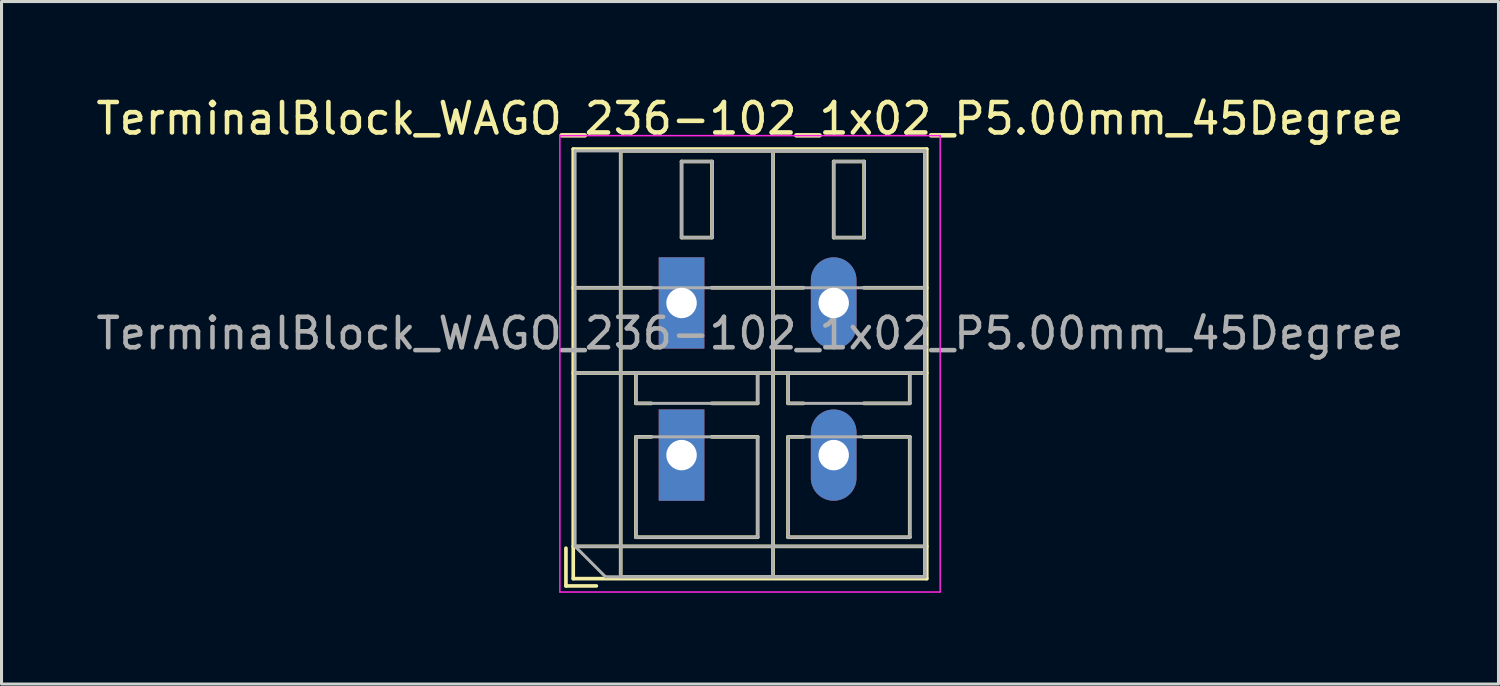
<source format=kicad_pcb>
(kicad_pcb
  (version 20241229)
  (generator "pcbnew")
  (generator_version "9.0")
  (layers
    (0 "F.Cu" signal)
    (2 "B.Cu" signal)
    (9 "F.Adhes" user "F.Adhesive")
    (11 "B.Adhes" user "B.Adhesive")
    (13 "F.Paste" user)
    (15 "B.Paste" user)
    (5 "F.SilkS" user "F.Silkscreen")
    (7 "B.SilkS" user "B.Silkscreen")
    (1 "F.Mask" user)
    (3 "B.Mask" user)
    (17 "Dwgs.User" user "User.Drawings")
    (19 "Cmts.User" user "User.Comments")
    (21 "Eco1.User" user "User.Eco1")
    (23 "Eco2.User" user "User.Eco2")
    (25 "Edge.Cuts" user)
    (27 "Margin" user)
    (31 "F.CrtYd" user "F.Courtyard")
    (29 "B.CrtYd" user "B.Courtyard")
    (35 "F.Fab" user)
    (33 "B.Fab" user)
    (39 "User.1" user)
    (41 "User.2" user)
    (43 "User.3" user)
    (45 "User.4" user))
  (footprint "TerminalBlock_WAGO_236-102_1x02_P5.00mm_45Degree"
    (layer "F.Cu")
    (at 19.351 11.908)
    (property "Reference" "TerminalBlock_WAGO_236-102_1x02_P5.00mm_45Degree" (at 2.25 -11.06 0) (layer "F.SilkS") (effects (font (size 1 1) (thickness 0.15))))
    (attr through_hole)
    (fp_line (start -3.8 3.06) (end -3.8 4.3) (stroke (width 0.12) (type solid)) (layer "F.SilkS"))
    (fp_line (start -3.8 4.3) (end -2.8 4.3) (stroke (width 0.12) (type solid)) (layer "F.SilkS"))
    (fp_line (start -3.56 -10.06) (end -3.56 4.06) (stroke (width 0.12) (type solid)) (layer "F.SilkS"))
    (fp_line (start -3.56 -10.06) (end 8.06 -10.06) (stroke (width 0.12) (type solid)) (layer "F.SilkS"))
    (fp_line (start -3.56 -5.5) (end -0.99 -5.5) (stroke (width 0.12) (type solid)) (layer "F.SilkS"))
    (fp_line (start -3.56 -2.7) (end 8.06 -2.7) (stroke (width 0.12) (type solid)) (layer "F.SilkS"))
    (fp_line (start -3.56 3) (end 8.06 3) (stroke (width 0.12) (type solid)) (layer "F.SilkS"))
    (fp_line (start -3.56 4.06) (end 8.06 4.06) (stroke (width 0.12) (type solid)) (layer "F.SilkS"))
    (fp_line (start -2 -10) (end -2 4) (stroke (width 0.12) (type solid)) (layer "F.SilkS"))
    (fp_line (start -2 -10) (end 3 -10) (stroke (width 0.12) (type solid)) (layer "F.SilkS"))
    (fp_line (start -2 4) (end 3 4) (stroke (width 0.12) (type solid)) (layer "F.SilkS"))
    (fp_line (start -1.5 -2.7) (end -1.5 -1.701) (stroke (width 0.12) (type solid)) (layer "F.SilkS"))
    (fp_line (start -1.5 -2.7) (end 2.5 -2.7) (stroke (width 0.12) (type solid)) (layer "F.SilkS"))
    (fp_line (start -1.5 -1.701) (end -0.99 -1.701) (stroke (width 0.12) (type solid)) (layer "F.SilkS"))
    (fp_line (start -1.5 -0.6) (end -1.5 2.7) (stroke (width 0.12) (type solid)) (layer "F.SilkS"))
    (fp_line (start -1.5 -0.6) (end -0.99 -0.6) (stroke (width 0.12) (type solid)) (layer "F.SilkS"))
    (fp_line (start -1.5 2.7) (end 2.5 2.7) (stroke (width 0.12) (type solid)) (layer "F.SilkS"))
    (fp_line (start 0 -9.65) (end 0 -7.15) (stroke (width 0.12) (type solid)) (layer "F.SilkS"))
    (fp_line (start 0 -9.65) (end 1 -9.65) (stroke (width 0.12) (type solid)) (layer "F.SilkS"))
    (fp_line (start 0 -7.15) (end 1 -7.15) (stroke (width 0.12) (type solid)) (layer "F.SilkS"))
    (fp_line (start 0.99 -5.5) (end 4.01 -5.5) (stroke (width 0.12) (type solid)) (layer "F.SilkS"))
    (fp_line (start 0.99 -1.701) (end 2.5 -1.701) (stroke (width 0.12) (type solid)) (layer "F.SilkS"))
    (fp_line (start 0.99 -0.6) (end 2.5 -0.6) (stroke (width 0.12) (type solid)) (layer "F.SilkS"))
    (fp_line (start 1 -9.65) (end 1 -7.15) (stroke (width 0.12) (type solid)) (layer "F.SilkS"))
    (fp_line (start 2.5 -2.7) (end 2.5 -1.701) (stroke (width 0.12) (type solid)) (layer "F.SilkS"))
    (fp_line (start 2.5 -0.6) (end 2.5 2.7) (stroke (width 0.12) (type solid)) (layer "F.SilkS"))
    (fp_line (start 3 -10) (end 3 4) (stroke (width 0.12) (type solid)) (layer "F.SilkS"))
    (fp_line (start 3 -10) (end 3 4) (stroke (width 0.12) (type solid)) (layer "F.SilkS"))
    (fp_line (start 3 -10) (end 8 -10) (stroke (width 0.12) (type solid)) (layer "F.SilkS"))
    (fp_line (start 3 4) (end 8 4) (stroke (width 0.12) (type solid)) (layer "F.SilkS"))
    (fp_line (start 3.5 -2.7) (end 3.5 -1.701) (stroke (width 0.12) (type solid)) (layer "F.SilkS"))
    (fp_line (start 3.5 -2.7) (end 7.5 -2.7) (stroke (width 0.12) (type solid)) (layer "F.SilkS"))
    (fp_line (start 3.5 -1.701) (end 4.01 -1.701) (stroke (width 0.12) (type solid)) (layer "F.SilkS"))
    (fp_line (start 3.5 -0.6) (end 3.5 2.7) (stroke (width 0.12) (type solid)) (layer "F.SilkS"))
    (fp_line (start 3.5 -0.6) (end 4.01 -0.6) (stroke (width 0.12) (type solid)) (layer "F.SilkS"))
    (fp_line (start 3.5 2.7) (end 7.5 2.7) (stroke (width 0.12) (type solid)) (layer "F.SilkS"))
    (fp_line (start 5 -9.65) (end 5 -7.15) (stroke (width 0.12) (type solid)) (layer "F.SilkS"))
    (fp_line (start 5 -9.65) (end 6 -9.65) (stroke (width 0.12) (type solid)) (layer "F.SilkS"))
    (fp_line (start 5 -7.15) (end 6 -7.15) (stroke (width 0.12) (type solid)) (layer "F.SilkS"))
    (fp_line (start 5.99 -5.5) (end 8.06 -5.5) (stroke (width 0.12) (type solid)) (layer "F.SilkS"))
    (fp_line (start 5.99 -1.701) (end 7.5 -1.701) (stroke (width 0.12) (type solid)) (layer "F.SilkS"))
    (fp_line (start 5.99 -0.6) (end 7.5 -0.6) (stroke (width 0.12) (type solid)) (layer "F.SilkS"))
    (fp_line (start 6 -9.65) (end 6 -7.15) (stroke (width 0.12) (type solid)) (layer "F.SilkS"))
    (fp_line (start 7.5 -2.7) (end 7.5 -1.701) (stroke (width 0.12) (type solid)) (layer "F.SilkS"))
    (fp_line (start 7.5 -0.6) (end 7.5 2.7) (stroke (width 0.12) (type solid)) (layer "F.SilkS"))
    (fp_line (start 8 -10) (end 8 4) (stroke (width 0.12) (type solid)) (layer "F.SilkS"))
    (fp_line (start 8.06 -10.06) (end 8.06 4.06) (stroke (width 0.12) (type solid)) (layer "F.SilkS"))
    (fp_line (start -4 -10.5) (end -4 4.5) (stroke (width 0.05) (type solid)) (layer "F.CrtYd"))
    (fp_line (start -4 4.5) (end 8.5 4.5) (stroke (width 0.05) (type solid)) (layer "F.CrtYd"))
    (fp_line (start 8.5 -10.5) (end -4 -10.5) (stroke (width 0.05) (type solid)) (layer "F.CrtYd"))
    (fp_line (start 8.5 4.5) (end 8.5 -10.5) (stroke (width 0.05) (type solid)) (layer "F.CrtYd"))
    (fp_line (start -3.5 -10) (end 8 -10) (stroke (width 0.1) (type solid)) (layer "F.Fab"))
    (fp_line (start -3.5 -5.5) (end 8 -5.5) (stroke (width 0.1) (type solid)) (layer "F.Fab"))
    (fp_line (start -3.5 -2.7) (end 8 -2.7) (stroke (width 0.1) (type solid)) (layer "F.Fab"))
    (fp_line (start -3.5 3) (end -3.5 -10) (stroke (width 0.1) (type solid)) (layer "F.Fab"))
    (fp_line (start -3.5 3) (end 8 3) (stroke (width 0.1) (type solid)) (layer "F.Fab"))
    (fp_line (start -2.5 4) (end -3.5 3) (stroke (width 0.1) (type solid)) (layer "F.Fab"))
    (fp_line (start -2 -10) (end -2 4) (stroke (width 0.1) (type solid)) (layer "F.Fab"))
    (fp_line (start -2 4) (end 3 4) (stroke (width 0.1) (type solid)) (layer "F.Fab"))
    (fp_line (start -1.5 -2.7) (end -1.5 -1.7) (stroke (width 0.1) (type solid)) (layer "F.Fab"))
    (fp_line (start -1.5 -1.7) (end 2.5 -1.7) (stroke (width 0.1) (type solid)) (layer "F.Fab"))
    (fp_line (start -1.5 -0.6) (end -1.5 2.7) (stroke (width 0.1) (type solid)) (layer "F.Fab"))
    (fp_line (start -1.5 2.7) (end 2.5 2.7) (stroke (width 0.1) (type solid)) (layer "F.Fab"))
    (fp_line (start 0 -9.65) (end 0 -7.15) (stroke (width 0.1) (type solid)) (layer "F.Fab"))
    (fp_line (start 0 -7.15) (end 1 -7.15) (stroke (width 0.1) (type solid)) (layer "F.Fab"))
    (fp_line (start 1 -9.65) (end 0 -9.65) (stroke (width 0.1) (type solid)) (layer "F.Fab"))
    (fp_line (start 1 -7.15) (end 1 -9.65) (stroke (width 0.1) (type solid)) (layer "F.Fab"))
    (fp_line (start 2.5 -2.7) (end -1.5 -2.7) (stroke (width 0.1) (type solid)) (layer "F.Fab"))
    (fp_line (start 2.5 -1.7) (end 2.5 -2.7) (stroke (width 0.1) (type solid)) (layer "F.Fab"))
    (fp_line (start 2.5 -0.6) (end -1.5 -0.6) (stroke (width 0.1) (type solid)) (layer "F.Fab"))
    (fp_line (start 2.5 2.7) (end 2.5 -0.6) (stroke (width 0.1) (type solid)) (layer "F.Fab"))
    (fp_line (start 3 -10) (end -2 -10) (stroke (width 0.1) (type solid)) (layer "F.Fab"))
    (fp_line (start 3 -10) (end 3 4) (stroke (width 0.1) (type solid)) (layer "F.Fab"))
    (fp_line (start 3 4) (end 3 -10) (stroke (width 0.1) (type solid)) (layer "F.Fab"))
    (fp_line (start 3 4) (end 8 4) (stroke (width 0.1) (type solid)) (layer "F.Fab"))
    (fp_line (start 3.5 -2.7) (end 3.5 -1.7) (stroke (width 0.1) (type solid)) (layer "F.Fab"))
    (fp_line (start 3.5 -1.7) (end 7.5 -1.7) (stroke (width 0.1) (type solid)) (layer "F.Fab"))
    (fp_line (start 3.5 -0.6) (end 3.5 2.7) (stroke (width 0.1) (type solid)) (layer "F.Fab"))
    (fp_line (start 3.5 2.7) (end 7.5 2.7) (stroke (width 0.1) (type solid)) (layer "F.Fab"))
    (fp_line (start 5 -9.65) (end 5 -7.15) (stroke (width 0.1) (type solid)) (layer "F.Fab"))
    (fp_line (start 5 -7.15) (end 6 -7.15) (stroke (width 0.1) (type solid)) (layer "F.Fab"))
    (fp_line (start 6 -9.65) (end 5 -9.65) (stroke (width 0.1) (type solid)) (layer "F.Fab"))
    (fp_line (start 6 -7.15) (end 6 -9.65) (stroke (width 0.1) (type solid)) (layer "F.Fab"))
    (fp_line (start 7.5 -2.7) (end 3.5 -2.7) (stroke (width 0.1) (type solid)) (layer "F.Fab"))
    (fp_line (start 7.5 -1.7) (end 7.5 -2.7) (stroke (width 0.1) (type solid)) (layer "F.Fab"))
    (fp_line (start 7.5 -0.6) (end 3.5 -0.6) (stroke (width 0.1) (type solid)) (layer "F.Fab"))
    (fp_line (start 7.5 2.7) (end 7.5 -0.6) (stroke (width 0.1) (type solid)) (layer "F.Fab"))
    (fp_line (start 8 -10) (end 3 -10) (stroke (width 0.1) (type solid)) (layer "F.Fab"))
    (fp_line (start 8 -10) (end 8 4) (stroke (width 0.1) (type solid)) (layer "F.Fab"))
    (fp_line (start 8 4) (end -2.5 4) (stroke (width 0.1) (type solid)) (layer "F.Fab"))
    (fp_line (start 8 4) (end 8 -10) (stroke (width 0.1) (type solid)) (layer "F.Fab"))
    (fp_text user "${REFERENCE}" (at 2.25 -4 0) (layer "F.Fab") (effects (font (size 1 1) (thickness 0.15))))
    (pad "1" thru_hole rect (at 0 -5) (size 1.5 3) (drill 1) (layers "*.Cu" "*.Mask"))
    (pad "1" thru_hole rect (at 0 0) (size 1.5 3) (drill 1) (layers "*.Cu" "*.Mask"))
    (pad "2" thru_hole oval (at 5 -5) (size 1.5 3) (drill 1) (layers "*.Cu" "*.Mask"))
    (pad "2" thru_hole oval (at 5 0) (size 1.5 3) (drill 1) (layers "*.Cu" "*.Mask")))
  (gr_rect
    (start -3 -3)
    (end 46.202 19.433)
    (stroke (width 0.1) (type default))
    (fill no)
    (layer "Edge.Cuts")))
</source>
